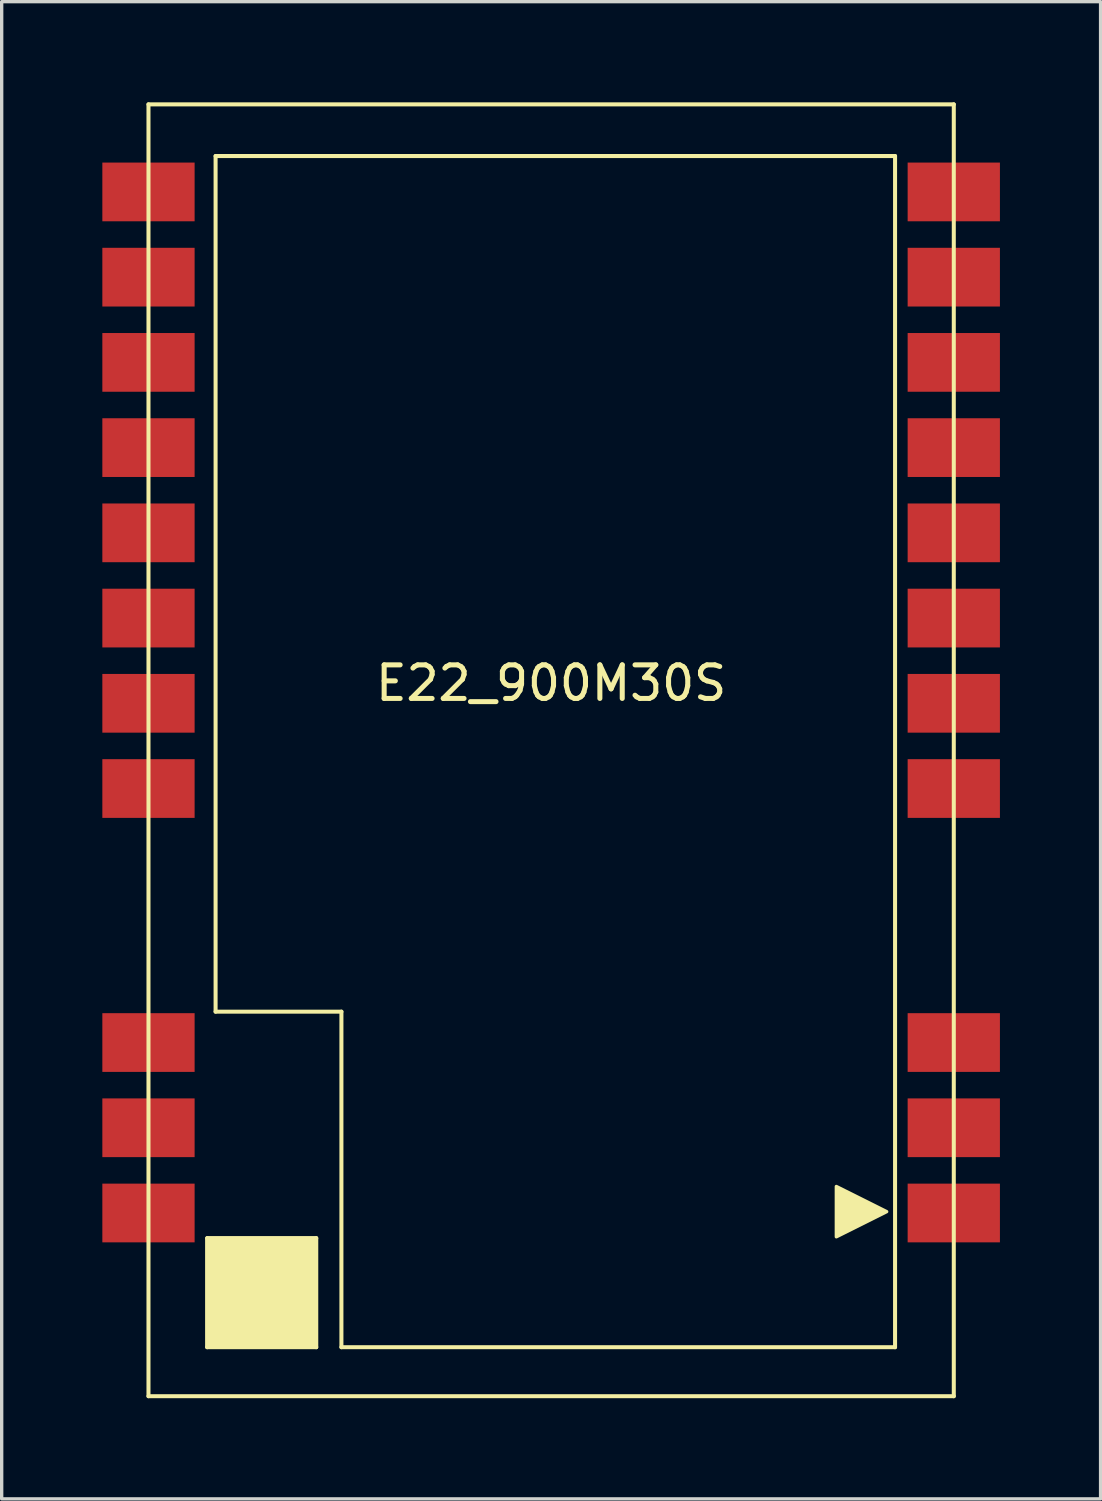
<source format=kicad_pcb>
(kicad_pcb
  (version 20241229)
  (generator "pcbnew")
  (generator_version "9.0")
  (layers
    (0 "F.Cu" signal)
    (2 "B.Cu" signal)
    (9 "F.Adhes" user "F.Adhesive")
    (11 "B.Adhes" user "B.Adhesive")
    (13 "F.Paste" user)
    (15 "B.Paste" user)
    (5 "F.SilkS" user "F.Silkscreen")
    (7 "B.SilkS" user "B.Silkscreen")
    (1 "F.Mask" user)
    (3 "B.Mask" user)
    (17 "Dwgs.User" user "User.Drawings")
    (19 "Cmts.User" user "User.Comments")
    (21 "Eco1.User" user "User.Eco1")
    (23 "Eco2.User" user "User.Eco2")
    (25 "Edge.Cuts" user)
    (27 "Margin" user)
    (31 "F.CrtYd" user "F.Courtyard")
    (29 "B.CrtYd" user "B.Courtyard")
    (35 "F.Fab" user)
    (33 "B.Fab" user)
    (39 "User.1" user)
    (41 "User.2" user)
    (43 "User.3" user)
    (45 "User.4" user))
  (footprint "E22_900M30S"
    (layer "F.Cu")
    (at 13.375 19.31)
    (property "Reference" "E22_900M30S" (at 0 -2 0) (layer "F.SilkS") (effects (font (size 1 1) (thickness 0.15))))
    (attr through_hole)
    (fp_line (start -12 -19.25) (end -12 19.25) (stroke (width 0.12) (type solid)) (layer "F.SilkS"))
    (fp_line (start -12 19.25) (end 12 19.25) (stroke (width 0.12) (type solid)) (layer "F.SilkS"))
    (fp_line (start -10.25 14.54) (end -7 14.54) (stroke (width 0.12) (type solid)) (layer "F.SilkS"))
    (fp_line (start -10.25 17.79) (end -10.25 14.54) (stroke (width 0.12) (type solid)) (layer "F.SilkS"))
    (fp_line (start -10.25 17.79) (end -7 17.79) (stroke (width 0.12) (type solid)) (layer "F.SilkS"))
    (fp_line (start -10 -17.71) (end 10.25 -17.71) (stroke (width 0.12) (type solid)) (layer "F.SilkS"))
    (fp_line (start -10 7.79) (end -10 -17.71) (stroke (width 0.12) (type solid)) (layer "F.SilkS"))
    (fp_line (start -7 14.54) (end -7 17.79) (stroke (width 0.12) (type solid)) (layer "F.SilkS"))
    (fp_line (start -6.25 7.79) (end -10 7.79) (stroke (width 0.12) (type solid)) (layer "F.SilkS"))
    (fp_line (start -6.25 17.79) (end -6.25 7.79) (stroke (width 0.12) (type solid)) (layer "F.SilkS"))
    (fp_line (start 10.25 -17.71) (end 10.25 17.79) (stroke (width 0.12) (type solid)) (layer "F.SilkS"))
    (fp_line (start 10.25 17.79) (end -6.25 17.79) (stroke (width 0.12) (type solid)) (layer "F.SilkS"))
    (fp_line (start 12 -19.25) (end -12 -19.25) (stroke (width 0.12) (type solid)) (layer "F.SilkS"))
    (fp_line (start 12 19.25) (end 12 -19.25) (stroke (width 0.12) (type solid)) (layer "F.SilkS"))
    (fp_poly (pts (xy 10 13.75) (xy 8.5 14.5) (xy 8.5 13)) (stroke (width 0.1) (type solid)) (fill yes) (layer "F.SilkS"))
    (fp_poly (pts (xy -7 17.79) (xy -10.25 17.79) (xy -10.25 14.54) (xy -7 14.54)) (stroke (width 0.1) (type solid)) (fill yes) (layer "F.SilkS"))
    (pad "1" smd rect (at 12 13.79) (size 2.75 1.75) (layers "F.Cu" "F.Mask" "F.Paste"))
    (pad "2" smd rect (at 12 11.25) (size 2.75 1.75) (layers "F.Cu" "F.Mask" "F.Paste"))
    (pad "3" smd rect (at 12 8.71) (size 2.75 1.75) (layers "F.Cu" "F.Mask" "F.Paste"))
    (pad "4" smd rect (at 12 1.14) (size 2.75 1.75) (layers "F.Cu" "F.Mask" "F.Paste"))
    (pad "5" smd rect (at 12 -1.4) (size 2.75 1.75) (layers "F.Cu" "F.Mask" "F.Paste"))
    (pad "6" smd rect (at 12 -3.94) (size 2.75 1.75) (layers "F.Cu" "F.Mask" "F.Paste"))
    (pad "7" smd rect (at 12 -6.48) (size 2.75 1.75) (layers "F.Cu" "F.Mask" "F.Paste"))
    (pad "8" smd rect (at 12 -9.02) (size 2.75 1.75) (layers "F.Cu" "F.Mask" "F.Paste"))
    (pad "9" smd rect (at 12 -11.56) (size 2.75 1.75) (layers "F.Cu" "F.Mask" "F.Paste"))
    (pad "10" smd rect (at 12 -14.1) (size 2.75 1.75) (layers "F.Cu" "F.Mask" "F.Paste"))
    (pad "11" smd rect (at 12 -16.64) (size 2.75 1.75) (layers "F.Cu" "F.Mask" "F.Paste"))
    (pad "12" smd rect (at -12 -16.64) (size 2.75 1.75) (layers "F.Cu" "F.Mask" "F.Paste"))
    (pad "13" smd rect (at -12 -14.1) (size 2.75 1.75) (layers "F.Cu" "F.Mask" "F.Paste"))
    (pad "14" smd rect (at -12 -11.56) (size 2.75 1.75) (layers "F.Cu" "F.Mask" "F.Paste"))
    (pad "15" smd rect (at -12 -9.02) (size 2.75 1.75) (layers "F.Cu" "F.Mask" "F.Paste"))
    (pad "16" smd rect (at -12 -6.48) (size 2.75 1.75) (layers "F.Cu" "F.Mask" "F.Paste"))
    (pad "17" smd rect (at -12 -3.94) (size 2.75 1.75) (layers "F.Cu" "F.Mask" "F.Paste"))
    (pad "18" smd rect (at -12 -1.4) (size 2.75 1.75) (layers "F.Cu" "F.Mask" "F.Paste"))
    (pad "19" smd rect (at -12 1.14) (size 2.75 1.75) (layers "F.Cu" "F.Mask" "F.Paste"))
    (pad "20" smd rect (at -12 8.71) (size 2.75 1.75) (layers "F.Cu" "F.Mask" "F.Paste"))
    (pad "21" smd rect (at -12 11.25) (size 2.75 1.75) (layers "F.Cu" "F.Mask" "F.Paste"))
    (pad "22" smd rect (at -12 13.79) (size 2.75 1.75) (layers "F.Cu" "F.Mask" "F.Paste")))
  (gr_rect
    (start -3 -3)
    (end 29.75 41.62)
    (stroke (width 0.1) (type default))
    (fill no)
    (layer "Edge.Cuts")))
</source>
